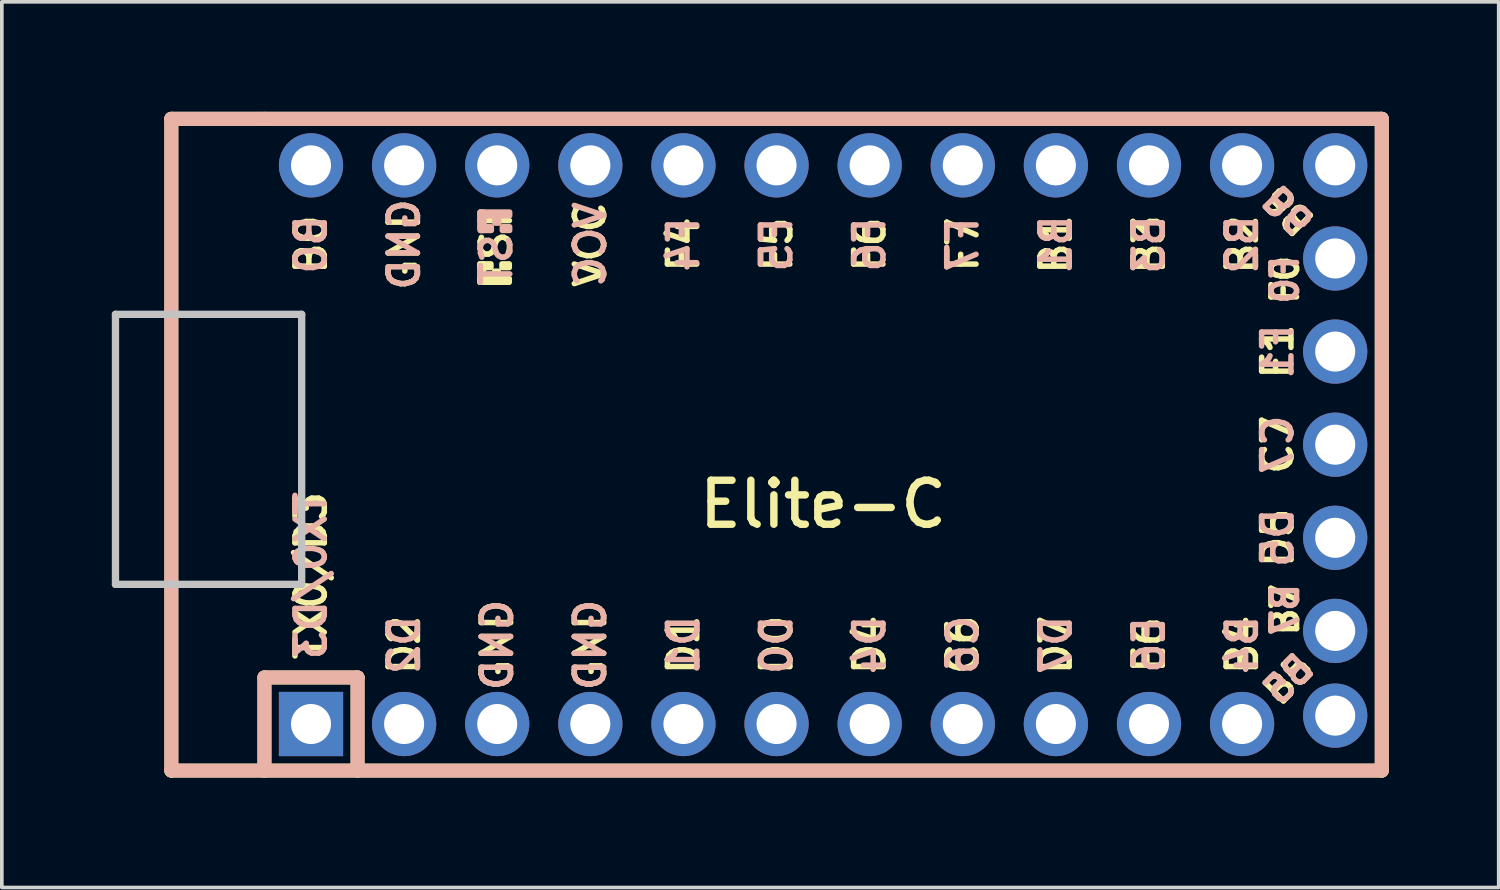
<source format=kicad_pcb>
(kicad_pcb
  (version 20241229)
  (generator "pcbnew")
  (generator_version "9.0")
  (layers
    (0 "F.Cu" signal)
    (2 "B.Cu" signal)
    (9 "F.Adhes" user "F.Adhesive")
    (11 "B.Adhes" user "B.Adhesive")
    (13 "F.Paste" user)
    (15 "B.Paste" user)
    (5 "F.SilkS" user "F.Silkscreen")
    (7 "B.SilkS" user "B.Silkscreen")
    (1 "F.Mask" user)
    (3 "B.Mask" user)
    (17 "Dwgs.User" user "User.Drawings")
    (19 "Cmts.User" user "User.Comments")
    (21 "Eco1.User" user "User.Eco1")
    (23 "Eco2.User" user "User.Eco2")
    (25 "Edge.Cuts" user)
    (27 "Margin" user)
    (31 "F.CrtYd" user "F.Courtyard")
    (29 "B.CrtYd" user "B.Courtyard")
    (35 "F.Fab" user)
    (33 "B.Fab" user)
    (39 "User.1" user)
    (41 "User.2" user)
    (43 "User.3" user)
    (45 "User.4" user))
  (footprint "Elite-C"
    (layer "F.Cu")
    (at 19.404 9.081)
    (property "Reference" "Elite-C" (at 0 1.625 0) (layer "F.SilkS") (effects (font (size 1.2 1.2) (thickness 0.203))))
    (attr through_hole)
    (fp_line (start -17.78 -8.89) (end -17.78 8.89) (stroke (width 0.381) (type solid)) (layer "F.SilkS"))
    (fp_line (start -17.78 8.89) (end -15.24 8.89) (stroke (width 0.381) (type solid)) (layer "F.SilkS"))
    (fp_line (start -15.24 -8.89) (end -17.78 -8.89) (stroke (width 0.381) (type solid)) (layer "F.SilkS"))
    (fp_line (start -15.24 6.35) (end -15.24 8.89) (stroke (width 0.381) (type solid)) (layer "F.SilkS"))
    (fp_line (start -15.24 6.35) (end -12.7 6.35) (stroke (width 0.381) (type solid)) (layer "F.SilkS"))
    (fp_line (start -15.24 8.89) (end 15.24 8.89) (stroke (width 0.381) (type solid)) (layer "F.SilkS"))
    (fp_line (start -12.7 6.35) (end -12.7 8.89) (stroke (width 0.381) (type solid)) (layer "F.SilkS"))
    (fp_line (start 15.24 -8.89) (end -15.24 -8.89) (stroke (width 0.381) (type solid)) (layer "F.SilkS"))
    (fp_line (start 15.24 8.89) (end 15.24 -8.89) (stroke (width 0.381) (type solid)) (layer "F.SilkS"))
    (fp_poly (pts (xy -9.361 -4.932) (xy -9.261 -4.932) (xy -9.261 -4.432) (xy -9.361 -4.432)) (stroke (width 0.15) (type solid)) (fill yes) (layer "F.SilkS"))
    (fp_poly (pts (xy -9.361 -4.932) (xy -9.061 -4.932) (xy -9.061 -4.832) (xy -9.361 -4.832)) (stroke (width 0.15) (type solid)) (fill yes) (layer "F.SilkS"))
    (fp_poly (pts (xy -9.361 -4.532) (xy -8.561 -4.532) (xy -8.561 -4.432) (xy -9.361 -4.432)) (stroke (width 0.15) (type solid)) (fill yes) (layer "F.SilkS"))
    (fp_poly (pts (xy -8.961 -4.732) (xy -8.861 -4.732) (xy -8.861 -4.632) (xy -8.961 -4.632)) (stroke (width 0.15) (type solid)) (fill yes) (layer "F.SilkS"))
    (fp_poly (pts (xy -8.761 -4.932) (xy -8.561 -4.932) (xy -8.561 -4.832) (xy -8.761 -4.832)) (stroke (width 0.15) (type solid)) (fill yes) (layer "F.SilkS"))
    (fp_line (start -17.78 -8.89) (end -17.78 8.89) (stroke (width 0.381) (type solid)) (layer "B.SilkS"))
    (fp_line (start -17.78 8.89) (end 15.24 8.89) (stroke (width 0.381) (type solid)) (layer "B.SilkS"))
    (fp_line (start -15.24 6.35) (end -15.24 8.89) (stroke (width 0.381) (type solid)) (layer "B.SilkS"))
    (fp_line (start -15.24 6.35) (end -12.7 6.35) (stroke (width 0.381) (type solid)) (layer "B.SilkS"))
    (fp_line (start -12.7 6.35) (end -12.7 8.89) (stroke (width 0.381) (type solid)) (layer "B.SilkS"))
    (fp_line (start 15.24 -8.89) (end -17.78 -8.89) (stroke (width 0.381) (type solid)) (layer "B.SilkS"))
    (fp_line (start 15.24 8.89) (end 15.24 -8.89) (stroke (width 0.381) (type solid)) (layer "B.SilkS"))
    (fp_poly (pts (xy -9.351 -6.245) (xy -8.551 -6.245) (xy -8.551 -6.345) (xy -9.351 -6.345)) (stroke (width 0.15) (type solid)) (fill yes) (layer "B.SilkS"))
    (fp_poly (pts (xy -9.351 -5.845) (xy -9.251 -5.845) (xy -9.251 -6.345) (xy -9.351 -6.345)) (stroke (width 0.15) (type solid)) (fill yes) (layer "B.SilkS"))
    (fp_poly (pts (xy -9.351 -5.845) (xy -9.051 -5.845) (xy -9.051 -5.945) (xy -9.351 -5.945)) (stroke (width 0.15) (type solid)) (fill yes) (layer "B.SilkS"))
    (fp_poly (pts (xy -8.951 -6.045) (xy -8.851 -6.045) (xy -8.851 -6.145) (xy -8.951 -6.145)) (stroke (width 0.15) (type solid)) (fill yes) (layer "B.SilkS"))
    (fp_poly (pts (xy -8.751 -5.845) (xy -8.551 -5.845) (xy -8.551 -5.945) (xy -8.751 -5.945)) (stroke (width 0.15) (type solid)) (fill yes) (layer "B.SilkS"))
    (fp_line (start -19.304 -3.556) (end -14.224 -3.556) (stroke (width 0.2) (type solid)) (layer "Dwgs.User"))
    (fp_line (start -19.304 3.81) (end -19.304 -3.556) (stroke (width 0.2) (type solid)) (layer "Dwgs.User"))
    (fp_line (start -14.224 -3.556) (end -14.224 3.81) (stroke (width 0.2) (type solid)) (layer "Dwgs.User"))
    (fp_line (start -14.224 3.81) (end -19.304 3.81) (stroke (width 0.2) (type solid)) (layer "Dwgs.User"))
    (fp_text user "B3" (at 8.89 -5.461 90) (layer "F.SilkS") (effects (font (size 0.8 0.8) (thickness 0.15))))
    (fp_text user "VCC" (at -6.35 -5.461 90) (layer "F.SilkS") (effects (font (size 0.8 0.8) (thickness 0.15))))
    (fp_text user "D0" (at -1.27 5.461 90) (layer "F.SilkS") (effects (font (size 0.8 0.8) (thickness 0.15))))
    (fp_text user "D4" (at 1.27 5.461 90) (layer "F.SilkS") (effects (font (size 0.8 0.8) (thickness 0.15))))
    (fp_text user "B5" (at 12.7 6.4 45) (layer "F.SilkS") (effects (font (size 0.7 0.7) (thickness 0.15))))
    (fp_text user "ST" (at -8.92 -5.733 90) (layer "F.SilkS") (effects (font (size 0.8 0.8) (thickness 0.15))))
    (fp_text user "GND" (at -11.43 -5.461 90) (layer "F.SilkS") (effects (font (size 0.8 0.8) (thickness 0.15))))
    (fp_text user "F4" (at -3.81 -5.461 90) (layer "F.SilkS") (effects (font (size 0.8 0.8) (thickness 0.15))))
    (fp_text user "TX0/D3" (at -13.97 3.572 90) (layer "F.SilkS") (effects (font (size 0.8 0.8) (thickness 0.15))))
    (fp_text user "F0" (at 12.6 -4.5 90) (layer "F.SilkS") (effects (font (size 0.7 0.7) (thickness 0.15))))
    (fp_text user "E6" (at 8.89 5.461 90) (layer "F.SilkS") (effects (font (size 0.8 0.8) (thickness 0.15))))
    (fp_text user "D1" (at -3.81 5.461 90) (layer "F.SilkS") (effects (font (size 0.8 0.8) (thickness 0.15))))
    (fp_text user "D2" (at -11.43 5.461 90) (layer "F.SilkS") (effects (font (size 0.8 0.8) (thickness 0.15))))
    (fp_text user "GND" (at -6.35 5.461 90) (layer "F.SilkS") (effects (font (size 0.8 0.8) (thickness 0.15))))
    (fp_text user "D5" (at 12.4 2.54 90) (layer "F.SilkS") (effects (font (size 0.8 0.8) (thickness 0.15))))
    (fp_text user "B4" (at 11.43 5.461 90) (layer "F.SilkS") (effects (font (size 0.8 0.8) (thickness 0.15))))
    (fp_text user "C6" (at 3.81 5.461 90) (layer "F.SilkS") (effects (font (size 0.8 0.8) (thickness 0.15))))
    (fp_text user "D7" (at 6.35 5.461 90) (layer "F.SilkS") (effects (font (size 0.8 0.8) (thickness 0.15))))
    (fp_text user "GND" (at -8.89 5.461 90) (layer "F.SilkS") (effects (font (size 0.8 0.8) (thickness 0.15))))
    (fp_text user "B1" (at 6.35 -5.461 90) (layer "F.SilkS") (effects (font (size 0.8 0.8) (thickness 0.15))))
    (fp_text user "F6" (at 1.27 -5.461 90) (layer "F.SilkS") (effects (font (size 0.8 0.8) (thickness 0.15))))
    (fp_text user "F7" (at 3.81 -5.461 90) (layer "F.SilkS") (effects (font (size 0.8 0.8) (thickness 0.15))))
    (fp_text user "B0" (at -13.97 -5.461 90) (layer "F.SilkS") (effects (font (size 0.8 0.8) (thickness 0.15))))
    (fp_text user "F1" (at 12.4 -2.54 90) (layer "F.SilkS") (effects (font (size 0.8 0.8) (thickness 0.15))))
    (fp_text user "B7" (at 12.6 4.5 90) (layer "F.SilkS") (effects (font (size 0.7 0.7) (thickness 0.15))))
    (fp_text user "B2" (at 11.43 -5.461 90) (layer "F.SilkS") (effects (font (size 0.8 0.8) (thickness 0.15))))
    (fp_text user "B6" (at 12.7 -6.4 135) (unlocked yes) (layer "F.SilkS") (effects (font (size 0.7 0.7) (thickness 0.15))))
    (fp_text user "C7" (at 12.4 0 90) (layer "F.SilkS") (effects (font (size 0.8 0.8) (thickness 0.15))))
    (fp_text user "F5" (at -1.27 -5.461 90) (layer "F.SilkS") (effects (font (size 0.8 0.8) (thickness 0.15))))
    (fp_text user "B1" (at 6.35 -5.461 90) (layer "B.SilkS") (effects (font (size 0.8 0.8) (thickness 0.15)) (justify mirror)))
    (fp_text user "B5" (at 12.7 6.4 45) (layer "B.SilkS") (effects (font (size 0.7 0.7) (thickness 0.15)) (justify mirror)))
    (fp_text user "F1" (at 12.4 -2.54 90) (layer "B.SilkS") (effects (font (size 0.8 0.8) (thickness 0.15)) (justify mirror)))
    (fp_text user "B4" (at 11.43 5.461 90) (layer "B.SilkS") (effects (font (size 0.8 0.8) (thickness 0.15)) (justify mirror)))
    (fp_text user "B2" (at 11.43 -5.461 90) (layer "B.SilkS") (effects (font (size 0.8 0.8) (thickness 0.15)) (justify mirror)))
    (fp_text user "F7" (at 3.81 -5.461 90) (layer "B.SilkS") (effects (font (size 0.8 0.8) (thickness 0.15)) (justify mirror)))
    (fp_text user "D1" (at -3.81 5.461 90) (layer "B.SilkS") (effects (font (size 0.8 0.8) (thickness 0.15)) (justify mirror)))
    (fp_text user "C7" (at 12.4 0 90) (layer "B.SilkS") (effects (font (size 0.8 0.8) (thickness 0.15)) (justify mirror)))
    (fp_text user "D5" (at 12.4 2.54 90) (layer "B.SilkS") (effects (font (size 0.8 0.8) (thickness 0.15)) (justify mirror)))
    (fp_text user "VCC" (at -6.35 -5.461 90) (layer "B.SilkS") (effects (font (size 0.8 0.8) (thickness 0.15)) (justify mirror)))
    (fp_text user "D7" (at 6.35 5.461 90) (layer "B.SilkS") (effects (font (size 0.8 0.8) (thickness 0.15)) (justify mirror)))
    (fp_text user "ST" (at -8.91 -5.04 90) (layer "B.SilkS") (effects (font (size 0.8 0.8) (thickness 0.15)) (justify mirror)))
    (fp_text user "B6" (at 12.7 -6.4 135) (unlocked yes) (layer "B.SilkS") (effects (font (size 0.7 0.7) (thickness 0.15)) (justify mirror)))
    (fp_text user "B7" (at 12.6 4.5 90) (layer "B.SilkS") (effects (font (size 0.7 0.7) (thickness 0.15)) (justify mirror)))
    (fp_text user "F6" (at 1.27 -5.461 90) (layer "B.SilkS") (effects (font (size 0.8 0.8) (thickness 0.15)) (justify mirror)))
    (fp_text user "GND" (at -11.43 -5.461 90) (layer "B.SilkS") (effects (font (size 0.8 0.8) (thickness 0.15)) (justify mirror)))
    (fp_text user "D4" (at 1.27 5.461 90) (layer "B.SilkS") (effects (font (size 0.8 0.8) (thickness 0.15)) (justify mirror)))
    (fp_text user "GND" (at -8.89 5.461 90) (layer "B.SilkS") (effects (font (size 0.8 0.8) (thickness 0.15)) (justify mirror)))
    (fp_text user "E6" (at 8.89 5.461 90) (layer "B.SilkS") (effects (font (size 0.8 0.8) (thickness 0.15)) (justify mirror)))
    (fp_text user "F0" (at 12.6 -4.5 90) (layer "B.SilkS") (effects (font (size 0.7 0.7) (thickness 0.15)) (justify mirror)))
    (fp_text user "GND" (at -6.35 5.461 90) (layer "B.SilkS") (effects (font (size 0.8 0.8) (thickness 0.15)) (justify mirror)))
    (fp_text user "D2" (at -11.43 5.461 90) (layer "B.SilkS") (effects (font (size 0.8 0.8) (thickness 0.15)) (justify mirror)))
    (fp_text user "TX0/D3" (at -13.97 3.572 90) (layer "B.SilkS") (effects (font (size 0.8 0.8) (thickness 0.15)) (justify mirror)))
    (fp_text user "B0" (at -13.97 -5.461 90) (layer "B.SilkS") (effects (font (size 0.8 0.8) (thickness 0.15)) (justify mirror)))
    (fp_text user "B3" (at 8.89 -5.461 90) (layer "B.SilkS") (effects (font (size 0.8 0.8) (thickness 0.15)) (justify mirror)))
    (fp_text user "C6" (at 3.81 5.461 90) (layer "B.SilkS") (effects (font (size 0.8 0.8) (thickness 0.15)) (justify mirror)))
    (fp_text user "F4" (at -3.81 -5.461 90) (layer "B.SilkS") (effects (font (size 0.8 0.8) (thickness 0.15)) (justify mirror)))
    (fp_text user "D0" (at -1.27 5.461 90) (layer "B.SilkS") (effects (font (size 0.8 0.8) (thickness 0.15)) (justify mirror)))
    (fp_text user "F5" (at -1.27 -5.461 90) (layer "B.SilkS") (effects (font (size 0.8 0.8) (thickness 0.15)) (justify mirror)))
    (pad "1" thru_hole rect (at -13.97 7.62) (size 1.753 1.753) (drill 1.092) (layers "*.Cu" "*.Mask"))
    (pad "2" thru_hole circle (at -11.43 7.62) (size 1.753 1.753) (drill 1.092) (layers "*.Cu" "*.Mask"))
    (pad "3" thru_hole circle (at -8.89 7.62) (size 1.753 1.753) (drill 1.092) (layers "*.Cu" "*.Mask"))
    (pad "4" thru_hole circle (at -6.35 7.62) (size 1.753 1.753) (drill 1.092) (layers "*.Cu" "*.Mask"))
    (pad "5" thru_hole circle (at -3.81 7.62) (size 1.753 1.753) (drill 1.092) (layers "*.Cu" "*.Mask"))
    (pad "6" thru_hole circle (at -1.27 7.62) (size 1.753 1.753) (drill 1.092) (layers "*.Cu" "*.Mask"))
    (pad "7" thru_hole circle (at 1.27 7.62) (size 1.753 1.753) (drill 1.092) (layers "*.Cu" "*.Mask"))
    (pad "8" thru_hole circle (at 3.81 7.62) (size 1.753 1.753) (drill 1.092) (layers "*.Cu" "*.Mask"))
    (pad "9" thru_hole circle (at 6.35 7.62) (size 1.753 1.753) (drill 1.092) (layers "*.Cu" "*.Mask"))
    (pad "10" thru_hole circle (at 8.89 7.62) (size 1.753 1.753) (drill 1.092) (layers "*.Cu" "*.Mask"))
    (pad "11" thru_hole circle (at 11.43 7.62) (size 1.753 1.753) (drill 1.092) (layers "*.Cu" "*.Mask"))
    (pad "12" thru_hole circle (at 13.97 7.391) (size 1.753 1.753) (drill 1.092) (layers "*.Cu" "*.Mask"))
    (pad "13" thru_hole circle (at 13.97 -7.62) (size 1.753 1.753) (drill 1.092) (layers "*.Cu" "*.Mask"))
    (pad "14" thru_hole circle (at 11.43 -7.62) (size 1.753 1.753) (drill 1.092) (layers "*.Cu" "*.Mask"))
    (pad "15" thru_hole circle (at 8.89 -7.62) (size 1.753 1.753) (drill 1.092) (layers "*.Cu" "*.Mask"))
    (pad "16" thru_hole circle (at 6.35 -7.62) (size 1.753 1.753) (drill 1.092) (layers "*.Cu" "*.Mask"))
    (pad "17" thru_hole circle (at 3.81 -7.62) (size 1.753 1.753) (drill 1.092) (layers "*.Cu" "*.Mask"))
    (pad "18" thru_hole circle (at 1.27 -7.62) (size 1.753 1.753) (drill 1.092) (layers "*.Cu" "*.Mask"))
    (pad "19" thru_hole circle (at -1.27 -7.62) (size 1.753 1.753) (drill 1.092) (layers "*.Cu" "*.Mask"))
    (pad "20" thru_hole circle (at -3.81 -7.62) (size 1.753 1.753) (drill 1.092) (layers "*.Cu" "*.Mask"))
    (pad "21" thru_hole circle (at -6.35 -7.62) (size 1.753 1.753) (drill 1.092) (layers "*.Cu" "*.Mask"))
    (pad "22" thru_hole circle (at -8.89 -7.62) (size 1.753 1.753) (drill 1.092) (layers "*.Cu" "*.Mask"))
    (pad "23" thru_hole circle (at -11.43 -7.62) (size 1.753 1.753) (drill 1.092) (layers "*.Cu" "*.Mask"))
    (pad "24" thru_hole circle (at -13.97 -7.62) (size 1.753 1.753) (drill 1.092) (layers "*.Cu" "*.Mask"))
    (pad "25" thru_hole circle (at 13.97 5.08) (size 1.753 1.753) (drill 1.092) (layers "*.Cu" "*.Mask"))
    (pad "26" thru_hole circle (at 13.97 2.54) (size 1.753 1.753) (drill 1.092) (layers "*.Cu" "*.Mask"))
    (pad "27" thru_hole circle (at 13.97 0) (size 1.753 1.753) (drill 1.092) (layers "*.Cu" "*.Mask"))
    (pad "28" thru_hole circle (at 13.97 -2.54) (size 1.753 1.753) (drill 1.092) (layers "*.Cu" "*.Mask"))
    (pad "29" thru_hole circle (at 13.97 -5.08) (size 1.753 1.753) (drill 1.092) (layers "*.Cu" "*.Mask")))
  (gr_rect
    (start -3 -3)
    (end 37.834 21.161)
    (stroke (width 0.1) (type default))
    (fill no)
    (layer "Edge.Cuts")))
</source>
